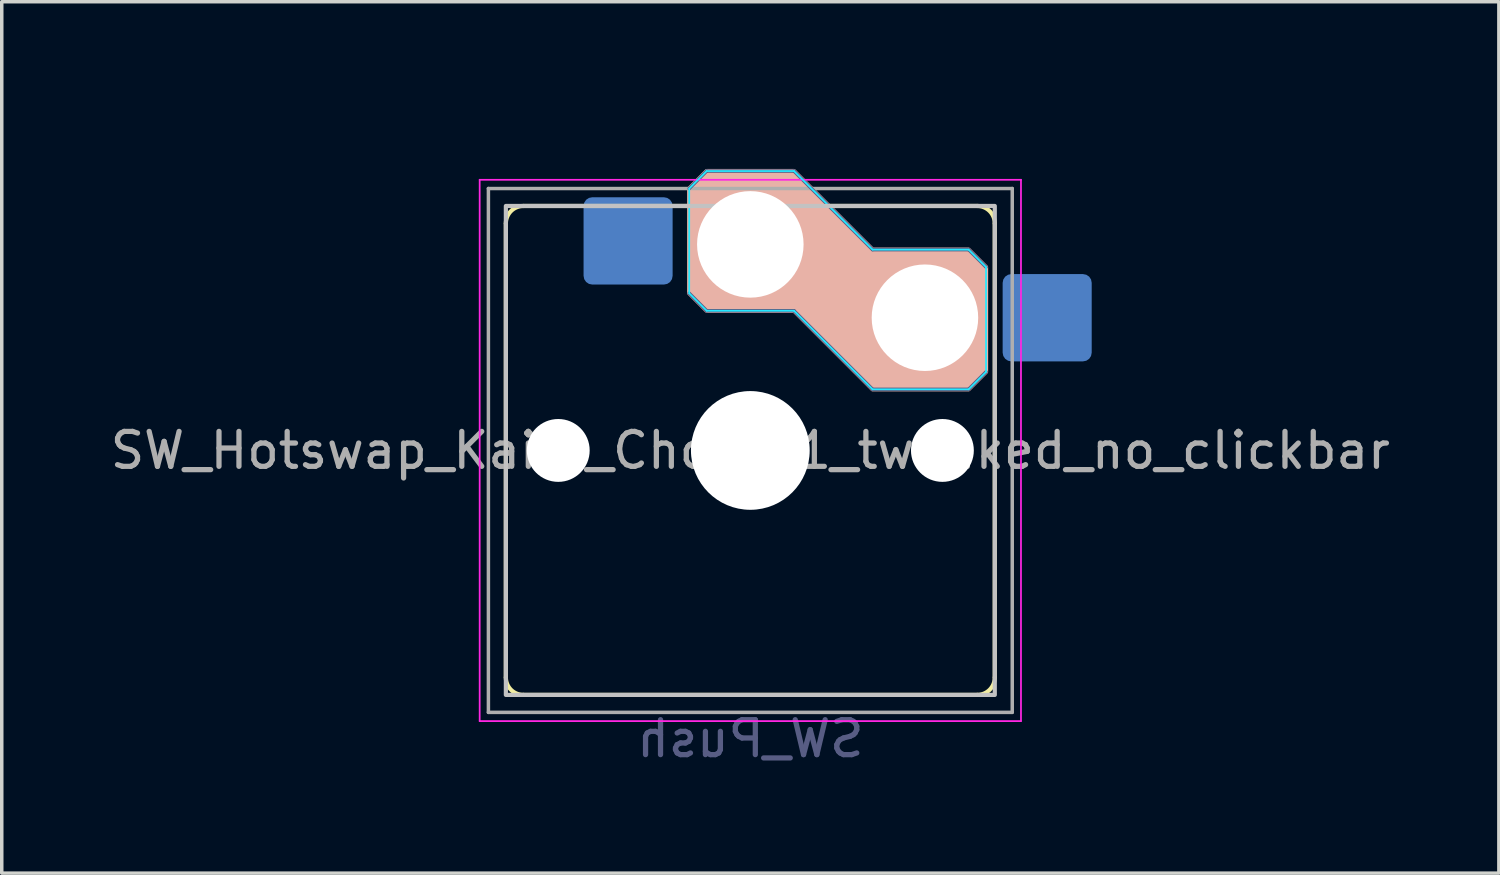
<source format=kicad_pcb>
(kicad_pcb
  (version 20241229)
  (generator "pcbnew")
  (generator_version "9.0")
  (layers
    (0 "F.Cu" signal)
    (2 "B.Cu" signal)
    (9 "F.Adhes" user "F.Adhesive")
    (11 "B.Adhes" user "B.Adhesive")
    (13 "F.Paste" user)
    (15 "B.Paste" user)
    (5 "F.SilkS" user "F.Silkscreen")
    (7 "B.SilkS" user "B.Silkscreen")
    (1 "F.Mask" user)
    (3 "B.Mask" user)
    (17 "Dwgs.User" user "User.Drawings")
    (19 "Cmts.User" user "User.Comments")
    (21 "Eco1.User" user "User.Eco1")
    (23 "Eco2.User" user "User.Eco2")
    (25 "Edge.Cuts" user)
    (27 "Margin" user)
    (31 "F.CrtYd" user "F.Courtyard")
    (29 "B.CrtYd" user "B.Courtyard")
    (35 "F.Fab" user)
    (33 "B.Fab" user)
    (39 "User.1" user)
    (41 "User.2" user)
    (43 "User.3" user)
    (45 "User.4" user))
  (footprint "SW_Hotswap_Kailh_Choc_V1_tweaked_no_clickbar"
    (layer "F.Cu")
    (at 18.435 9.848)
    (property "Reference" "SW_Hotswap_Kailh_Choc_V1_tweaked_no_clickbar" (at 0 -9 0) (layer "User.1") (effects (font (size 1 1) (thickness 0.15))))
    (property "Value" "SW_Push" (at 0 9 0) (layer "F.Fab") (hide yes) (effects (font (size 1 1) (thickness 0.15))))
    (attr smd)
    (fp_line (start -7 -6.5) (end -7 6.5) (stroke (width 0.12) (type solid)) (layer "F.SilkS"))
    (fp_line (start -6.5 7) (end 6.5 7) (stroke (width 0.12) (type solid)) (layer "F.SilkS"))
    (fp_line (start 6.5 -7) (end -6.5 -7) (stroke (width 0.12) (type solid)) (layer "F.SilkS"))
    (fp_line (start 7 6.5) (end 7 -6.5) (stroke (width 0.12) (type solid)) (layer "F.SilkS"))
    (fp_arc (start -7 -6.5) (mid -6.853553 -6.853553) (end -6.5 -7) (stroke (width 0.12) (type solid)) (layer "F.SilkS"))
    (fp_arc (start -6.5 7) (mid -6.853553 6.853553) (end -7 6.5) (stroke (width 0.12) (type solid)) (layer "F.SilkS"))
    (fp_arc (start 6.5 -7) (mid 6.853553 -6.853553) (end 7 -6.5) (stroke (width 0.12) (type solid)) (layer "F.SilkS"))
    (fp_arc (start 7 6.5) (mid 6.853553 6.853553) (end 6.5 7) (stroke (width 0.12) (type solid)) (layer "F.SilkS"))
    (fp_poly (pts (xy 3.5 -5.75) (xy 6.25 -5.75) (xy 6.75 -5.25) (xy 6.75 -2.25) (xy 6.25 -1.75) (xy 3.5 -1.75) (xy 1.25 -4) (xy -1.25 -4) (xy -1.75 -4.5) (xy -1.75 -7.5) (xy -1.25 -8) (xy 1.25 -8)) (stroke (width 0.12) (type solid)) (fill yes) (layer "B.SilkS"))
    (fp_rect (start -7 -7) (end 7 7) (stroke (width 0.12) (type solid)) (fill no) (layer "Dwgs.User"))
    (fp_line (start -7.25 -7.25) (end -7.25 7.25) (stroke (width 0.1) (type solid)) (layer "Eco1.User"))
    (fp_line (start -7.25 7.25) (end 7.25 7.25) (stroke (width 0.1) (type solid)) (layer "Eco1.User"))
    (fp_line (start 7.25 -7.25) (end -7.25 -7.25) (stroke (width 0.1) (type solid)) (layer "Eco1.User"))
    (fp_line (start 7.25 7.25) (end 7.25 -7.25) (stroke (width 0.1) (type solid)) (layer "Eco1.User"))
    (fp_line (start -1.75 -7.5) (end -1.25 -8) (stroke (width 0.05) (type solid)) (layer "B.CrtYd"))
    (fp_line (start -1.75 -4.5) (end -1.75 -7.5) (stroke (width 0.05) (type solid)) (layer "B.CrtYd"))
    (fp_line (start -1.25 -8) (end 1.25 -8) (stroke (width 0.05) (type solid)) (layer "B.CrtYd"))
    (fp_line (start -1.25 -4) (end -1.75 -4.5) (stroke (width 0.05) (type solid)) (layer "B.CrtYd"))
    (fp_line (start 1.25 -8) (end 3.5 -5.75) (stroke (width 0.05) (type solid)) (layer "B.CrtYd"))
    (fp_line (start 1.25 -4) (end -1.25 -4) (stroke (width 0.05) (type solid)) (layer "B.CrtYd"))
    (fp_line (start 3.5 -5.75) (end 6.25 -5.75) (stroke (width 0.05) (type solid)) (layer "B.CrtYd"))
    (fp_line (start 3.5 -1.75) (end 1.25 -4) (stroke (width 0.05) (type solid)) (layer "B.CrtYd"))
    (fp_line (start 6.25 -5.75) (end 6.75 -5.25) (stroke (width 0.05) (type solid)) (layer "B.CrtYd"))
    (fp_line (start 6.25 -1.75) (end 3.5 -1.75) (stroke (width 0.05) (type solid)) (layer "B.CrtYd"))
    (fp_line (start 6.75 -5.25) (end 6.75 -2.25) (stroke (width 0.05) (type solid)) (layer "B.CrtYd"))
    (fp_line (start 6.75 -2.25) (end 6.25 -1.75) (stroke (width 0.05) (type solid)) (layer "B.CrtYd"))
    (fp_line (start -7.75 -7.75) (end -7.75 7.75) (stroke (width 0.05) (type solid)) (layer "F.CrtYd"))
    (fp_line (start -7.75 7.75) (end 7.75 7.75) (stroke (width 0.05) (type solid)) (layer "F.CrtYd"))
    (fp_line (start 7.75 -7.75) (end -7.75 -7.75) (stroke (width 0.05) (type solid)) (layer "F.CrtYd"))
    (fp_line (start 7.75 7.75) (end 7.75 -7.75) (stroke (width 0.05) (type solid)) (layer "F.CrtYd"))
    (fp_line (start -1.75 -7.5) (end -1.25 -8) (stroke (width 0.1) (type solid)) (layer "B.Fab"))
    (fp_line (start -1.25 -8) (end 1.25 -8) (stroke (width 0.1) (type solid)) (layer "B.Fab"))
    (fp_line (start -1.25 -4) (end -1.75 -4.5) (stroke (width 0.1) (type solid)) (layer "B.Fab"))
    (fp_line (start 1.25 -8) (end 3.5 -5.75) (stroke (width 0.1) (type solid)) (layer "B.Fab"))
    (fp_line (start 1.25 -4) (end -1.25 -4) (stroke (width 0.1) (type solid)) (layer "B.Fab"))
    (fp_line (start 3.5 -5.75) (end 6.25 -5.75) (stroke (width 0.1) (type solid)) (layer "B.Fab"))
    (fp_line (start 3.5 -1.75) (end 1.25 -4) (stroke (width 0.1) (type solid)) (layer "B.Fab"))
    (fp_line (start 6.25 -5.75) (end 6.75 -5.25) (stroke (width 0.1) (type solid)) (layer "B.Fab"))
    (fp_line (start 6.25 -1.75) (end 3.5 -1.75) (stroke (width 0.1) (type solid)) (layer "B.Fab"))
    (fp_line (start 6.75 -2.25) (end 6.25 -1.75) (stroke (width 0.1) (type solid)) (layer "B.Fab"))
    (fp_line (start -7.5 -7.5) (end -7.5 7.5) (stroke (width 0.1) (type solid)) (layer "F.Fab"))
    (fp_line (start -7.5 7.5) (end 7.5 7.5) (stroke (width 0.1) (type solid)) (layer "F.Fab"))
    (fp_line (start 7.5 -7.5) (end -7.5 -7.5) (stroke (width 0.1) (type solid)) (layer "F.Fab"))
    (fp_line (start 7.5 7.5) (end 7.5 -7.5) (stroke (width 0.1) (type solid)) (layer "F.Fab"))
    (fp_text user "${VALUE}" (at 0 8.255 0) (layer "B.Fab") (effects (font (size 1 1) (thickness 0.15)) (justify mirror)))
    (fp_text user "${REFERENCE}" (at 0 0 0) (layer "F.Fab") (effects (font (size 1 1) (thickness 0.15))))
    (pad "" np_thru_hole circle (at -5.5 0) (size 1.8 1.8) (drill 1.8) (layers "*.Cu" "*.Mask"))
    (pad "" np_thru_hole circle (at 0 -5.9) (size 3.05 3.05) (drill 3.05) (layers "*.Cu" "*.Mask"))
    (pad "" np_thru_hole circle (at 0 0) (size 3.4 3.4) (drill 3.4) (layers "*.Cu" "*.Mask"))
    (pad "" np_thru_hole circle (at 5 -3.8) (size 3.05 3.05) (drill 3.05) (layers "*.Cu" "*.Mask"))
    (pad "" np_thru_hole circle (at 5.5 0) (size 1.8 1.8) (drill 1.8) (layers "*.Cu" "*.Mask"))
    (pad "1" smd roundrect (at -3.5 -6) (size 2.55 2.5) (layers "B.Cu" "B.Mask" "B.Paste") (roundrect_rratio 0.1))
    (pad "2" smd roundrect (at 8.5 -3.8) (size 2.55 2.5) (layers "B.Cu" "B.Mask" "B.Paste") (roundrect_rratio 0.1)))
  (gr_rect
    (start -3 -3)
    (end 39.869 21.951)
    (stroke (width 0.1) (type default))
    (fill no)
    (layer "Edge.Cuts")))
</source>
